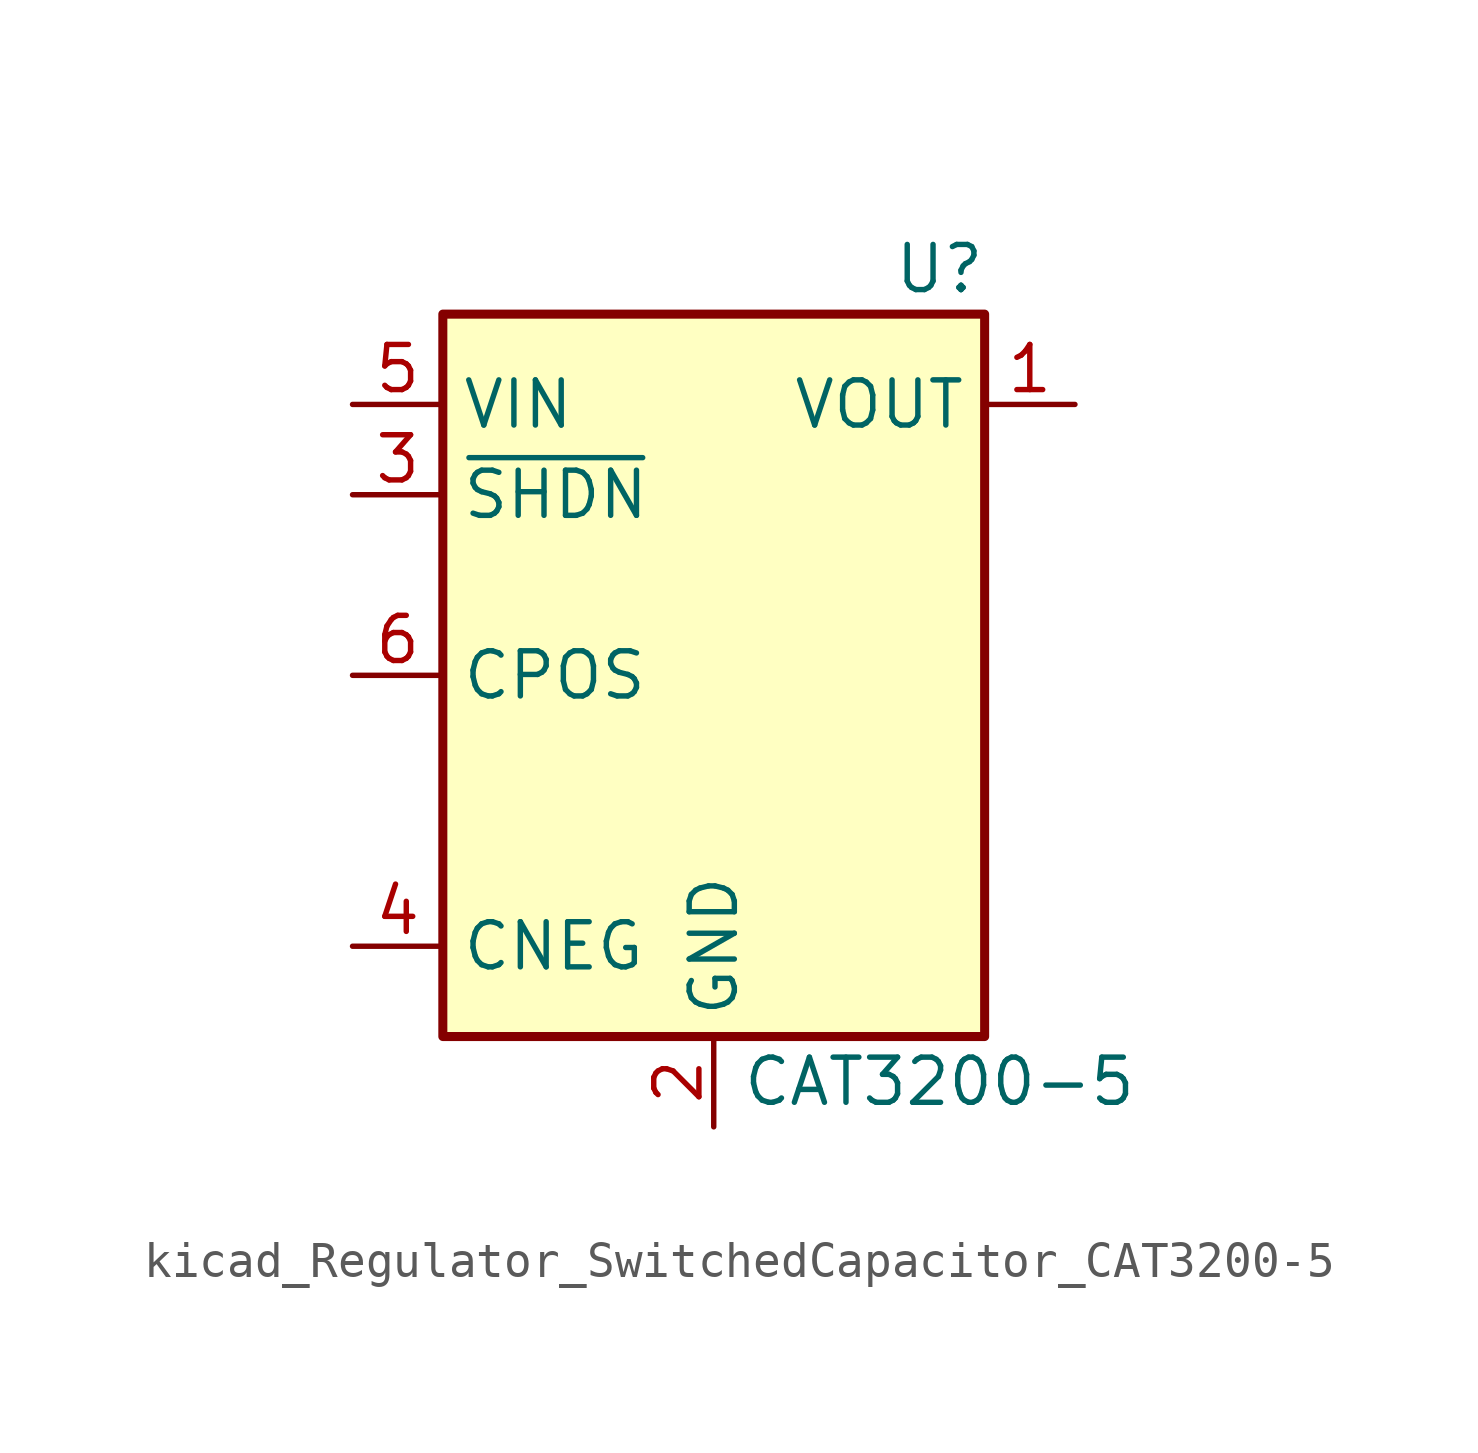
<source format=kicad_sym>
(kicad_symbol_lib
  (version 20220914)
  (generator kicad_symbol_editor)
  (symbol "kicad_Regulator_SwitchedCapacitor_CAT3200-5"
    (property "Reference" "U"
      (at 6.35 11.43 0)
      (effects (font (size 1.27 1.27))))
    (property "Value" "CAT3200-5"
      (at 6.35 -11.43 0)
      (effects (font (size 1.27 1.27))))
    (symbol "kicad_Regulator_SwitchedCapacitor_CAT3200-5_0_1"
      (rectangle (start -7.62 10.16) (end 7.62 -10.16) (stroke (width 0.254) (type default)) (fill (type background))))
    (symbol "kicad_Regulator_SwitchedCapacitor_CAT3200-5_1_1"
      (pin power_out line (at 10.16 7.62 180) (length 2.54) (name "VOUT" (effects (font (size 1.27 1.27)))) (number "1" (effects (font (size 1.27 1.27)))))
      (pin power_in line (at 0 -12.7 90) (length 2.54) (name "GND" (effects (font (size 1.27 1.27)))) (number "2" (effects (font (size 1.27 1.27)))))
      (pin input line (at -10.16 5.08 0) (length 2.54) (name "~{SHDN}" (effects (font (size 1.27 1.27)))) (number "3" (effects (font (size 1.27 1.27)))))
      (pin passive line (at -10.16 -7.62 0) (length 2.54) (name "CNEG" (effects (font (size 1.27 1.27)))) (number "4" (effects (font (size 1.27 1.27)))))
      (pin power_in line (at -10.16 7.62 0) (length 2.54) (name "VIN" (effects (font (size 1.27 1.27)))) (number "5" (effects (font (size 1.27 1.27)))))
      (pin passive line (at -10.16 0 0) (length 2.54) (name "CPOS" (effects (font (size 1.27 1.27)))) (number "6" (effects (font (size 1.27 1.27))))))))
</source>
